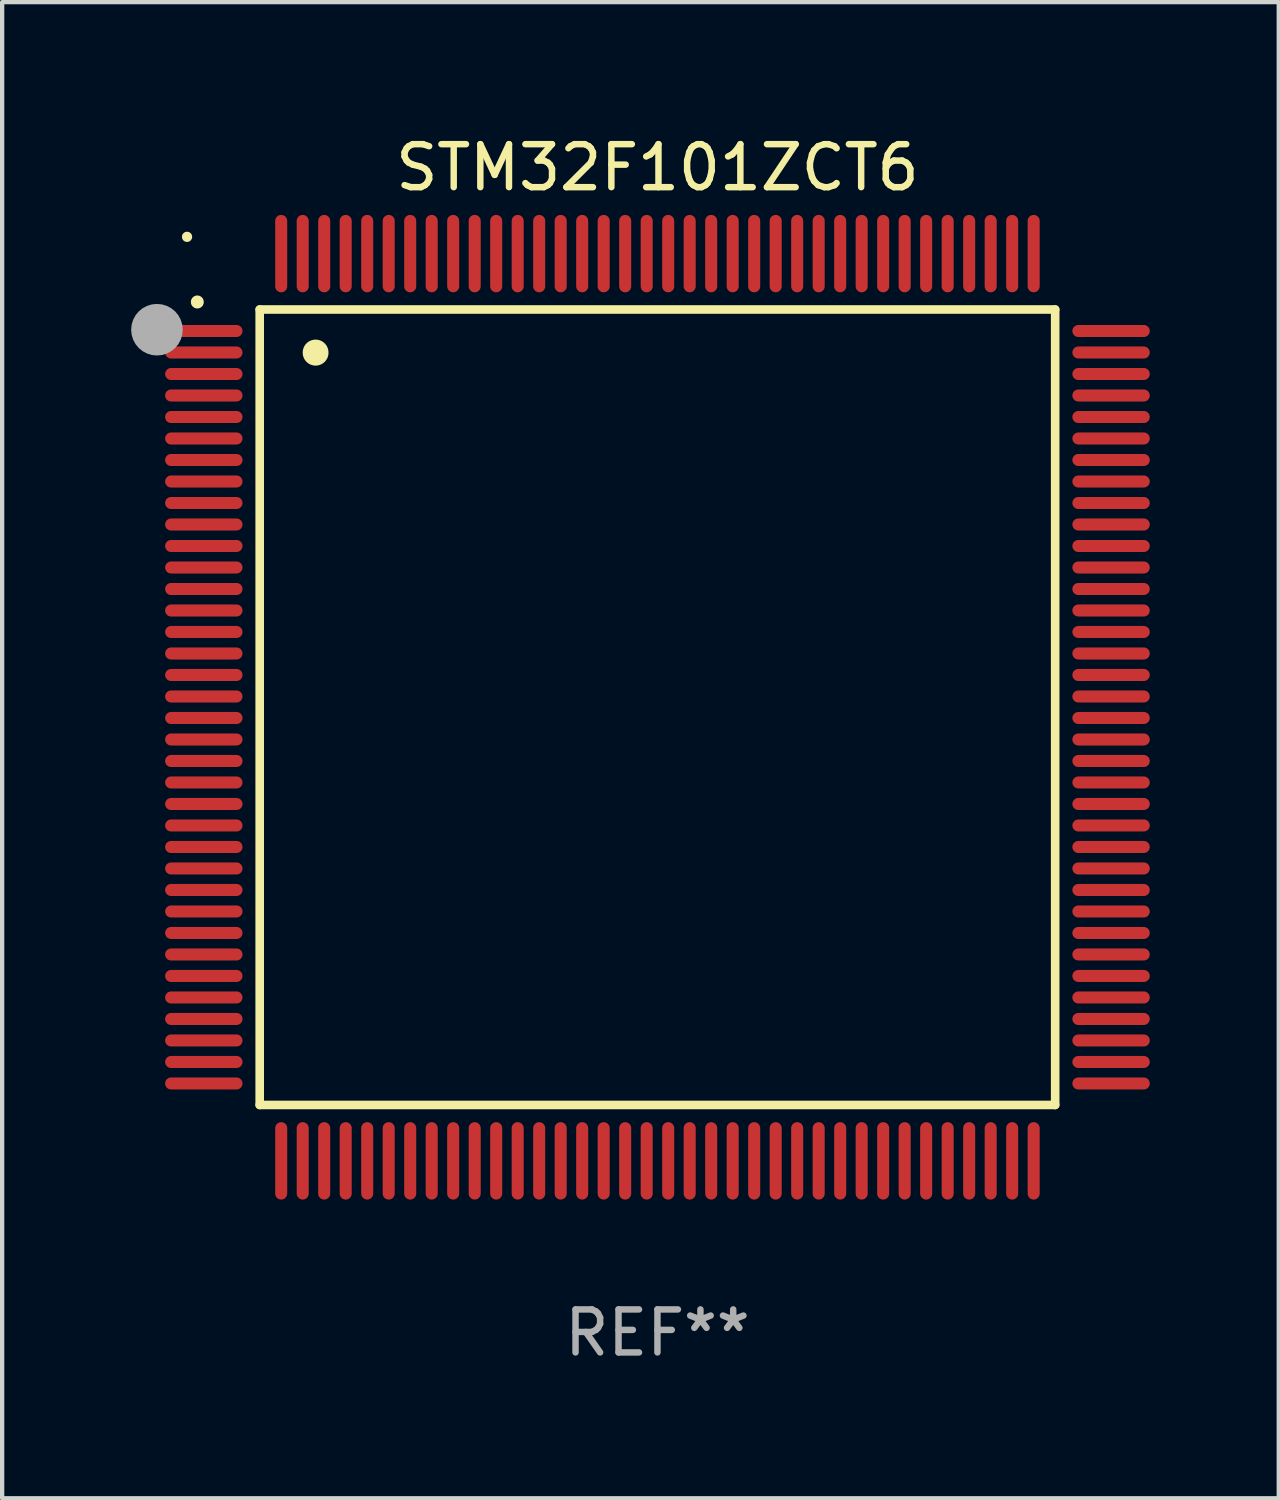
<source format=kicad_pcb>
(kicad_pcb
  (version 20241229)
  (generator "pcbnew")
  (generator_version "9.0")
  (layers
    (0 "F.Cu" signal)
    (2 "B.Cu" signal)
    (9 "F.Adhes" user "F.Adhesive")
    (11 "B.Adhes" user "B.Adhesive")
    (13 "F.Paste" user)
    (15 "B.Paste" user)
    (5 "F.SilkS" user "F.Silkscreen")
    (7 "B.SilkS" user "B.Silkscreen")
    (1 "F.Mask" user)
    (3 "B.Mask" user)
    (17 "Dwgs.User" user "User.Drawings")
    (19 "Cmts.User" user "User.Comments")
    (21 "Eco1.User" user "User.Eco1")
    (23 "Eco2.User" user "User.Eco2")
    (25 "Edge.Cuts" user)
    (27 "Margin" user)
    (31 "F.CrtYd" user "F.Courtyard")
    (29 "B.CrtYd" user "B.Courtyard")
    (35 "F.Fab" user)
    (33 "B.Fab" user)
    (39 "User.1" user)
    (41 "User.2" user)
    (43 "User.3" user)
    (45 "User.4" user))
  (footprint "STM32F101ZCT6"
    (layer "F.Cu")
    (at 12.24 13.398)
    (property "Reference" "STM32F101ZCT6" (at 0 -12.55 0) (layer "F.SilkS") (effects (font (size 1 1) (thickness 0.15))))
    (attr through_hole)
    (fp_line (start -9.25 -9.25) (end 9.25 -9.25) (stroke (width 0.2) (type solid)) (layer "F.SilkS"))
    (fp_line (start -9.25 9.25) (end -9.25 -9.25) (stroke (width 0.2) (type solid)) (layer "F.SilkS"))
    (fp_line (start 9.25 -9.25) (end 9.25 9.25) (stroke (width 0.2) (type solid)) (layer "F.SilkS"))
    (fp_line (start 9.25 9.25) (end -9.25 9.25) (stroke (width 0.2) (type solid)) (layer "F.SilkS"))
    (fp_arc (start -10.701041 -9.423419) (mid -10.701046 -9.424689) (end -10.701041 -9.425959) (stroke (width 0.3) (type solid)) (layer "F.SilkS"))
    (fp_arc (start -7.950216 -8.244856) (mid -7.950227 -8.247396) (end -7.950216 -8.249936) (stroke (width 0.6) (type solid)) (layer "F.SilkS"))
    (fp_circle (center -10.94 -10.94) (end -10.88 -10.94) (stroke (width 0.12) (type solid)) (fill no) (layer "F.SilkS"))
    (fp_circle (center -11.64 -8.78) (end -11.34 -8.78) (stroke (width 0.6) (type solid)) (fill no) (layer "F.Fab"))
    (fp_text user "REF**" (at 0 14.55 0) (layer "F.Fab") (effects (font (size 1 1) (thickness 0.15))))
    (pad "1" smd oval (at -10.55 -8.75 90) (size 0.28 1.8) (layers "F.Cu" "F.Mask" "F.Paste"))
    (pad "2" smd oval (at -10.55 -8.25 90) (size 0.28 1.8) (layers "F.Cu" "F.Mask" "F.Paste"))
    (pad "3" smd oval (at -10.55 -7.75 90) (size 0.28 1.8) (layers "F.Cu" "F.Mask" "F.Paste"))
    (pad "4" smd oval (at -10.55 -7.25 90) (size 0.28 1.8) (layers "F.Cu" "F.Mask" "F.Paste"))
    (pad "5" smd oval (at -10.55 -6.75 90) (size 0.28 1.8) (layers "F.Cu" "F.Mask" "F.Paste"))
    (pad "6" smd oval (at -10.55 -6.25 90) (size 0.28 1.8) (layers "F.Cu" "F.Mask" "F.Paste"))
    (pad "7" smd oval (at -10.55 -5.75 90) (size 0.28 1.8) (layers "F.Cu" "F.Mask" "F.Paste"))
    (pad "8" smd oval (at -10.55 -5.25 90) (size 0.28 1.8) (layers "F.Cu" "F.Mask" "F.Paste"))
    (pad "9" smd oval (at -10.55 -4.75 90) (size 0.28 1.8) (layers "F.Cu" "F.Mask" "F.Paste"))
    (pad "10" smd oval (at -10.55 -4.25 90) (size 0.28 1.8) (layers "F.Cu" "F.Mask" "F.Paste"))
    (pad "11" smd oval (at -10.55 -3.75 90) (size 0.28 1.8) (layers "F.Cu" "F.Mask" "F.Paste"))
    (pad "12" smd oval (at -10.55 -3.25 90) (size 0.28 1.8) (layers "F.Cu" "F.Mask" "F.Paste"))
    (pad "13" smd oval (at -10.55 -2.75 90) (size 0.28 1.8) (layers "F.Cu" "F.Mask" "F.Paste"))
    (pad "14" smd oval (at -10.55 -2.25 90) (size 0.28 1.8) (layers "F.Cu" "F.Mask" "F.Paste"))
    (pad "15" smd oval (at -10.55 -1.75 90) (size 0.28 1.8) (layers "F.Cu" "F.Mask" "F.Paste"))
    (pad "16" smd oval (at -10.55 -1.25 90) (size 0.28 1.8) (layers "F.Cu" "F.Mask" "F.Paste"))
    (pad "17" smd oval (at -10.55 -0.75 90) (size 0.28 1.8) (layers "F.Cu" "F.Mask" "F.Paste"))
    (pad "18" smd oval (at -10.55 -0.25 90) (size 0.28 1.8) (layers "F.Cu" "F.Mask" "F.Paste"))
    (pad "19" smd oval (at -10.55 0.25 90) (size 0.28 1.8) (layers "F.Cu" "F.Mask" "F.Paste"))
    (pad "20" smd oval (at -10.55 0.75 90) (size 0.28 1.8) (layers "F.Cu" "F.Mask" "F.Paste"))
    (pad "21" smd oval (at -10.55 1.25 90) (size 0.28 1.8) (layers "F.Cu" "F.Mask" "F.Paste"))
    (pad "22" smd oval (at -10.55 1.75 90) (size 0.28 1.8) (layers "F.Cu" "F.Mask" "F.Paste"))
    (pad "23" smd oval (at -10.55 2.25 90) (size 0.28 1.8) (layers "F.Cu" "F.Mask" "F.Paste"))
    (pad "24" smd oval (at -10.55 2.75 90) (size 0.28 1.8) (layers "F.Cu" "F.Mask" "F.Paste"))
    (pad "25" smd oval (at -10.55 3.25 90) (size 0.28 1.8) (layers "F.Cu" "F.Mask" "F.Paste"))
    (pad "26" smd oval (at -10.55 3.75 90) (size 0.28 1.8) (layers "F.Cu" "F.Mask" "F.Paste"))
    (pad "27" smd oval (at -10.55 4.25 90) (size 0.28 1.8) (layers "F.Cu" "F.Mask" "F.Paste"))
    (pad "28" smd oval (at -10.55 4.75 90) (size 0.28 1.8) (layers "F.Cu" "F.Mask" "F.Paste"))
    (pad "29" smd oval (at -10.55 5.25 90) (size 0.28 1.8) (layers "F.Cu" "F.Mask" "F.Paste"))
    (pad "30" smd oval (at -10.55 5.75 90) (size 0.28 1.8) (layers "F.Cu" "F.Mask" "F.Paste"))
    (pad "31" smd oval (at -10.55 6.25 90) (size 0.28 1.8) (layers "F.Cu" "F.Mask" "F.Paste"))
    (pad "32" smd oval (at -10.55 6.75 90) (size 0.28 1.8) (layers "F.Cu" "F.Mask" "F.Paste"))
    (pad "33" smd oval (at -10.55 7.25 90) (size 0.28 1.8) (layers "F.Cu" "F.Mask" "F.Paste"))
    (pad "34" smd oval (at -10.55 7.75 90) (size 0.28 1.8) (layers "F.Cu" "F.Mask" "F.Paste"))
    (pad "35" smd oval (at -10.55 8.25 90) (size 0.28 1.8) (layers "F.Cu" "F.Mask" "F.Paste"))
    (pad "36" smd oval (at -10.55 8.75 90) (size 0.28 1.8) (layers "F.Cu" "F.Mask" "F.Paste"))
    (pad "37" smd oval (at -8.75 10.55) (size 0.28 1.8) (layers "F.Cu" "F.Mask" "F.Paste"))
    (pad "38" smd oval (at -8.25 10.55) (size 0.28 1.8) (layers "F.Cu" "F.Mask" "F.Paste"))
    (pad "39" smd oval (at -7.75 10.55) (size 0.28 1.8) (layers "F.Cu" "F.Mask" "F.Paste"))
    (pad "40" smd oval (at -7.25 10.55) (size 0.28 1.8) (layers "F.Cu" "F.Mask" "F.Paste"))
    (pad "41" smd oval (at -6.75 10.55) (size 0.28 1.8) (layers "F.Cu" "F.Mask" "F.Paste"))
    (pad "42" smd oval (at -6.25 10.55) (size 0.28 1.8) (layers "F.Cu" "F.Mask" "F.Paste"))
    (pad "43" smd oval (at -5.75 10.55) (size 0.28 1.8) (layers "F.Cu" "F.Mask" "F.Paste"))
    (pad "44" smd oval (at -5.25 10.55) (size 0.28 1.8) (layers "F.Cu" "F.Mask" "F.Paste"))
    (pad "45" smd oval (at -4.75 10.55) (size 0.28 1.8) (layers "F.Cu" "F.Mask" "F.Paste"))
    (pad "46" smd oval (at -4.25 10.55) (size 0.28 1.8) (layers "F.Cu" "F.Mask" "F.Paste"))
    (pad "47" smd oval (at -3.75 10.55) (size 0.28 1.8) (layers "F.Cu" "F.Mask" "F.Paste"))
    (pad "48" smd oval (at -3.25 10.55) (size 0.28 1.8) (layers "F.Cu" "F.Mask" "F.Paste"))
    (pad "49" smd oval (at -2.75 10.55) (size 0.28 1.8) (layers "F.Cu" "F.Mask" "F.Paste"))
    (pad "50" smd oval (at -2.25 10.55) (size 0.28 1.8) (layers "F.Cu" "F.Mask" "F.Paste"))
    (pad "51" smd oval (at -1.75 10.55) (size 0.28 1.8) (layers "F.Cu" "F.Mask" "F.Paste"))
    (pad "52" smd oval (at -1.25 10.55) (size 0.28 1.8) (layers "F.Cu" "F.Mask" "F.Paste"))
    (pad "53" smd oval (at -0.75 10.55) (size 0.28 1.8) (layers "F.Cu" "F.Mask" "F.Paste"))
    (pad "54" smd oval (at -0.25 10.55) (size 0.28 1.8) (layers "F.Cu" "F.Mask" "F.Paste"))
    (pad "55" smd oval (at 0.25 10.55) (size 0.28 1.8) (layers "F.Cu" "F.Mask" "F.Paste"))
    (pad "56" smd oval (at 0.75 10.55) (size 0.28 1.8) (layers "F.Cu" "F.Mask" "F.Paste"))
    (pad "57" smd oval (at 1.25 10.55) (size 0.28 1.8) (layers "F.Cu" "F.Mask" "F.Paste"))
    (pad "58" smd oval (at 1.75 10.55) (size 0.28 1.8) (layers "F.Cu" "F.Mask" "F.Paste"))
    (pad "59" smd oval (at 2.25 10.55) (size 0.28 1.8) (layers "F.Cu" "F.Mask" "F.Paste"))
    (pad "60" smd oval (at 2.75 10.55) (size 0.28 1.8) (layers "F.Cu" "F.Mask" "F.Paste"))
    (pad "61" smd oval (at 3.25 10.55) (size 0.28 1.8) (layers "F.Cu" "F.Mask" "F.Paste"))
    (pad "62" smd oval (at 3.75 10.55) (size 0.28 1.8) (layers "F.Cu" "F.Mask" "F.Paste"))
    (pad "63" smd oval (at 4.25 10.55) (size 0.28 1.8) (layers "F.Cu" "F.Mask" "F.Paste"))
    (pad "64" smd oval (at 4.75 10.55) (size 0.28 1.8) (layers "F.Cu" "F.Mask" "F.Paste"))
    (pad "65" smd oval (at 5.25 10.55) (size 0.28 1.8) (layers "F.Cu" "F.Mask" "F.Paste"))
    (pad "66" smd oval (at 5.75 10.55) (size 0.28 1.8) (layers "F.Cu" "F.Mask" "F.Paste"))
    (pad "67" smd oval (at 6.25 10.55) (size 0.28 1.8) (layers "F.Cu" "F.Mask" "F.Paste"))
    (pad "68" smd oval (at 6.75 10.55) (size 0.28 1.8) (layers "F.Cu" "F.Mask" "F.Paste"))
    (pad "69" smd oval (at 7.25 10.55) (size 0.28 1.8) (layers "F.Cu" "F.Mask" "F.Paste"))
    (pad "70" smd oval (at 7.75 10.55) (size 0.28 1.8) (layers "F.Cu" "F.Mask" "F.Paste"))
    (pad "71" smd oval (at 8.25 10.55) (size 0.28 1.8) (layers "F.Cu" "F.Mask" "F.Paste"))
    (pad "72" smd oval (at 8.75 10.55) (size 0.28 1.8) (layers "F.Cu" "F.Mask" "F.Paste"))
    (pad "73" smd oval (at 10.55 8.75 90) (size 0.28 1.8) (layers "F.Cu" "F.Mask" "F.Paste"))
    (pad "74" smd oval (at 10.55 8.25 90) (size 0.28 1.8) (layers "F.Cu" "F.Mask" "F.Paste"))
    (pad "75" smd oval (at 10.55 7.75 90) (size 0.28 1.8) (layers "F.Cu" "F.Mask" "F.Paste"))
    (pad "76" smd oval (at 10.55 7.25 90) (size 0.28 1.8) (layers "F.Cu" "F.Mask" "F.Paste"))
    (pad "77" smd oval (at 10.55 6.75 90) (size 0.28 1.8) (layers "F.Cu" "F.Mask" "F.Paste"))
    (pad "78" smd oval (at 10.55 6.25 90) (size 0.28 1.8) (layers "F.Cu" "F.Mask" "F.Paste"))
    (pad "79" smd oval (at 10.55 5.75 90) (size 0.28 1.8) (layers "F.Cu" "F.Mask" "F.Paste"))
    (pad "80" smd oval (at 10.55 5.25 90) (size 0.28 1.8) (layers "F.Cu" "F.Mask" "F.Paste"))
    (pad "81" smd oval (at 10.55 4.75 90) (size 0.28 1.8) (layers "F.Cu" "F.Mask" "F.Paste"))
    (pad "82" smd oval (at 10.55 4.25 90) (size 0.28 1.8) (layers "F.Cu" "F.Mask" "F.Paste"))
    (pad "83" smd oval (at 10.55 3.75 90) (size 0.28 1.8) (layers "F.Cu" "F.Mask" "F.Paste"))
    (pad "84" smd oval (at 10.55 3.25 90) (size 0.28 1.8) (layers "F.Cu" "F.Mask" "F.Paste"))
    (pad "85" smd oval (at 10.55 2.75 90) (size 0.28 1.8) (layers "F.Cu" "F.Mask" "F.Paste"))
    (pad "86" smd oval (at 10.55 2.25 90) (size 0.28 1.8) (layers "F.Cu" "F.Mask" "F.Paste"))
    (pad "87" smd oval (at 10.55 1.75 90) (size 0.28 1.8) (layers "F.Cu" "F.Mask" "F.Paste"))
    (pad "88" smd oval (at 10.55 1.25 90) (size 0.28 1.8) (layers "F.Cu" "F.Mask" "F.Paste"))
    (pad "89" smd oval (at 10.55 0.75 90) (size 0.28 1.8) (layers "F.Cu" "F.Mask" "F.Paste"))
    (pad "90" smd oval (at 10.55 0.25 90) (size 0.28 1.8) (layers "F.Cu" "F.Mask" "F.Paste"))
    (pad "91" smd oval (at 10.55 -0.25 90) (size 0.28 1.8) (layers "F.Cu" "F.Mask" "F.Paste"))
    (pad "92" smd oval (at 10.55 -0.75 90) (size 0.28 1.8) (layers "F.Cu" "F.Mask" "F.Paste"))
    (pad "93" smd oval (at 10.55 -1.25 90) (size 0.28 1.8) (layers "F.Cu" "F.Mask" "F.Paste"))
    (pad "94" smd oval (at 10.55 -1.75 90) (size 0.28 1.8) (layers "F.Cu" "F.Mask" "F.Paste"))
    (pad "95" smd oval (at 10.55 -2.25 90) (size 0.28 1.8) (layers "F.Cu" "F.Mask" "F.Paste"))
    (pad "96" smd oval (at 10.55 -2.75 90) (size 0.28 1.8) (layers "F.Cu" "F.Mask" "F.Paste"))
    (pad "97" smd oval (at 10.55 -3.25 90) (size 0.28 1.8) (layers "F.Cu" "F.Mask" "F.Paste"))
    (pad "98" smd oval (at 10.55 -3.75 90) (size 0.28 1.8) (layers "F.Cu" "F.Mask" "F.Paste"))
    (pad "99" smd oval (at 10.55 -4.25 90) (size 0.28 1.8) (layers "F.Cu" "F.Mask" "F.Paste"))
    (pad "100" smd oval (at 10.55 -4.75 90) (size 0.28 1.8) (layers "F.Cu" "F.Mask" "F.Paste"))
    (pad "101" smd oval (at 10.55 -5.25 90) (size 0.28 1.8) (layers "F.Cu" "F.Mask" "F.Paste"))
    (pad "102" smd oval (at 10.55 -5.75 90) (size 0.28 1.8) (layers "F.Cu" "F.Mask" "F.Paste"))
    (pad "103" smd oval (at 10.55 -6.25 90) (size 0.28 1.8) (layers "F.Cu" "F.Mask" "F.Paste"))
    (pad "104" smd oval (at 10.55 -6.75 90) (size 0.28 1.8) (layers "F.Cu" "F.Mask" "F.Paste"))
    (pad "105" smd oval (at 10.55 -7.25 90) (size 0.28 1.8) (layers "F.Cu" "F.Mask" "F.Paste"))
    (pad "106" smd oval (at 10.55 -7.75 90) (size 0.28 1.8) (layers "F.Cu" "F.Mask" "F.Paste"))
    (pad "107" smd oval (at 10.55 -8.25 90) (size 0.28 1.8) (layers "F.Cu" "F.Mask" "F.Paste"))
    (pad "108" smd oval (at 10.55 -8.75 90) (size 0.28 1.8) (layers "F.Cu" "F.Mask" "F.Paste"))
    (pad "109" smd oval (at 8.75 -10.55) (size 0.28 1.8) (layers "F.Cu" "F.Mask" "F.Paste"))
    (pad "110" smd oval (at 8.25 -10.55) (size 0.28 1.8) (layers "F.Cu" "F.Mask" "F.Paste"))
    (pad "111" smd oval (at 7.75 -10.55) (size 0.28 1.8) (layers "F.Cu" "F.Mask" "F.Paste"))
    (pad "112" smd oval (at 7.25 -10.55) (size 0.28 1.8) (layers "F.Cu" "F.Mask" "F.Paste"))
    (pad "113" smd oval (at 6.75 -10.55) (size 0.28 1.8) (layers "F.Cu" "F.Mask" "F.Paste"))
    (pad "114" smd oval (at 6.25 -10.55) (size 0.28 1.8) (layers "F.Cu" "F.Mask" "F.Paste"))
    (pad "115" smd oval (at 5.75 -10.55) (size 0.28 1.8) (layers "F.Cu" "F.Mask" "F.Paste"))
    (pad "116" smd oval (at 5.25 -10.55) (size 0.28 1.8) (layers "F.Cu" "F.Mask" "F.Paste"))
    (pad "117" smd oval (at 4.75 -10.55) (size 0.28 1.8) (layers "F.Cu" "F.Mask" "F.Paste"))
    (pad "118" smd oval (at 4.25 -10.55) (size 0.28 1.8) (layers "F.Cu" "F.Mask" "F.Paste"))
    (pad "119" smd oval (at 3.75 -10.55) (size 0.28 1.8) (layers "F.Cu" "F.Mask" "F.Paste"))
    (pad "120" smd oval (at 3.25 -10.55) (size 0.28 1.8) (layers "F.Cu" "F.Mask" "F.Paste"))
    (pad "121" smd oval (at 2.75 -10.55) (size 0.28 1.8) (layers "F.Cu" "F.Mask" "F.Paste"))
    (pad "122" smd oval (at 2.25 -10.55) (size 0.28 1.8) (layers "F.Cu" "F.Mask" "F.Paste"))
    (pad "123" smd oval (at 1.75 -10.55) (size 0.28 1.8) (layers "F.Cu" "F.Mask" "F.Paste"))
    (pad "124" smd oval (at 1.25 -10.55) (size 0.28 1.8) (layers "F.Cu" "F.Mask" "F.Paste"))
    (pad "125" smd oval (at 0.75 -10.55) (size 0.28 1.8) (layers "F.Cu" "F.Mask" "F.Paste"))
    (pad "126" smd oval (at 0.25 -10.55) (size 0.28 1.8) (layers "F.Cu" "F.Mask" "F.Paste"))
    (pad "127" smd oval (at -0.25 -10.55) (size 0.28 1.8) (layers "F.Cu" "F.Mask" "F.Paste"))
    (pad "128" smd oval (at -0.75 -10.55) (size 0.28 1.8) (layers "F.Cu" "F.Mask" "F.Paste"))
    (pad "129" smd oval (at -1.25 -10.55) (size 0.28 1.8) (layers "F.Cu" "F.Mask" "F.Paste"))
    (pad "130" smd oval (at -1.75 -10.55) (size 0.28 1.8) (layers "F.Cu" "F.Mask" "F.Paste"))
    (pad "131" smd oval (at -2.25 -10.55) (size 0.28 1.8) (layers "F.Cu" "F.Mask" "F.Paste"))
    (pad "132" smd oval (at -2.75 -10.55) (size 0.28 1.8) (layers "F.Cu" "F.Mask" "F.Paste"))
    (pad "133" smd oval (at -3.25 -10.55) (size 0.28 1.8) (layers "F.Cu" "F.Mask" "F.Paste"))
    (pad "134" smd oval (at -3.75 -10.55) (size 0.28 1.8) (layers "F.Cu" "F.Mask" "F.Paste"))
    (pad "135" smd oval (at -4.25 -10.55) (size 0.28 1.8) (layers "F.Cu" "F.Mask" "F.Paste"))
    (pad "136" smd oval (at -4.75 -10.55) (size 0.28 1.8) (layers "F.Cu" "F.Mask" "F.Paste"))
    (pad "137" smd oval (at -5.25 -10.55) (size 0.28 1.8) (layers "F.Cu" "F.Mask" "F.Paste"))
    (pad "138" smd oval (at -5.75 -10.55) (size 0.28 1.8) (layers "F.Cu" "F.Mask" "F.Paste"))
    (pad "139" smd oval (at -6.25 -10.55) (size 0.28 1.8) (layers "F.Cu" "F.Mask" "F.Paste"))
    (pad "140" smd oval (at -6.75 -10.55) (size 0.28 1.8) (layers "F.Cu" "F.Mask" "F.Paste"))
    (pad "141" smd oval (at -7.25 -10.55) (size 0.28 1.8) (layers "F.Cu" "F.Mask" "F.Paste"))
    (pad "142" smd oval (at -7.75 -10.55) (size 0.28 1.8) (layers "F.Cu" "F.Mask" "F.Paste"))
    (pad "143" smd oval (at -8.25 -10.55) (size 0.28 1.8) (layers "F.Cu" "F.Mask" "F.Paste"))
    (pad "144" smd oval (at -8.75 -10.55) (size 0.28 1.8) (layers "F.Cu" "F.Mask" "F.Paste")))
  (gr_rect
    (start -3 -3)
    (end 26.69 31.796)
    (stroke (width 0.1) (type default))
    (fill no)
    (layer "Edge.Cuts")))
</source>
